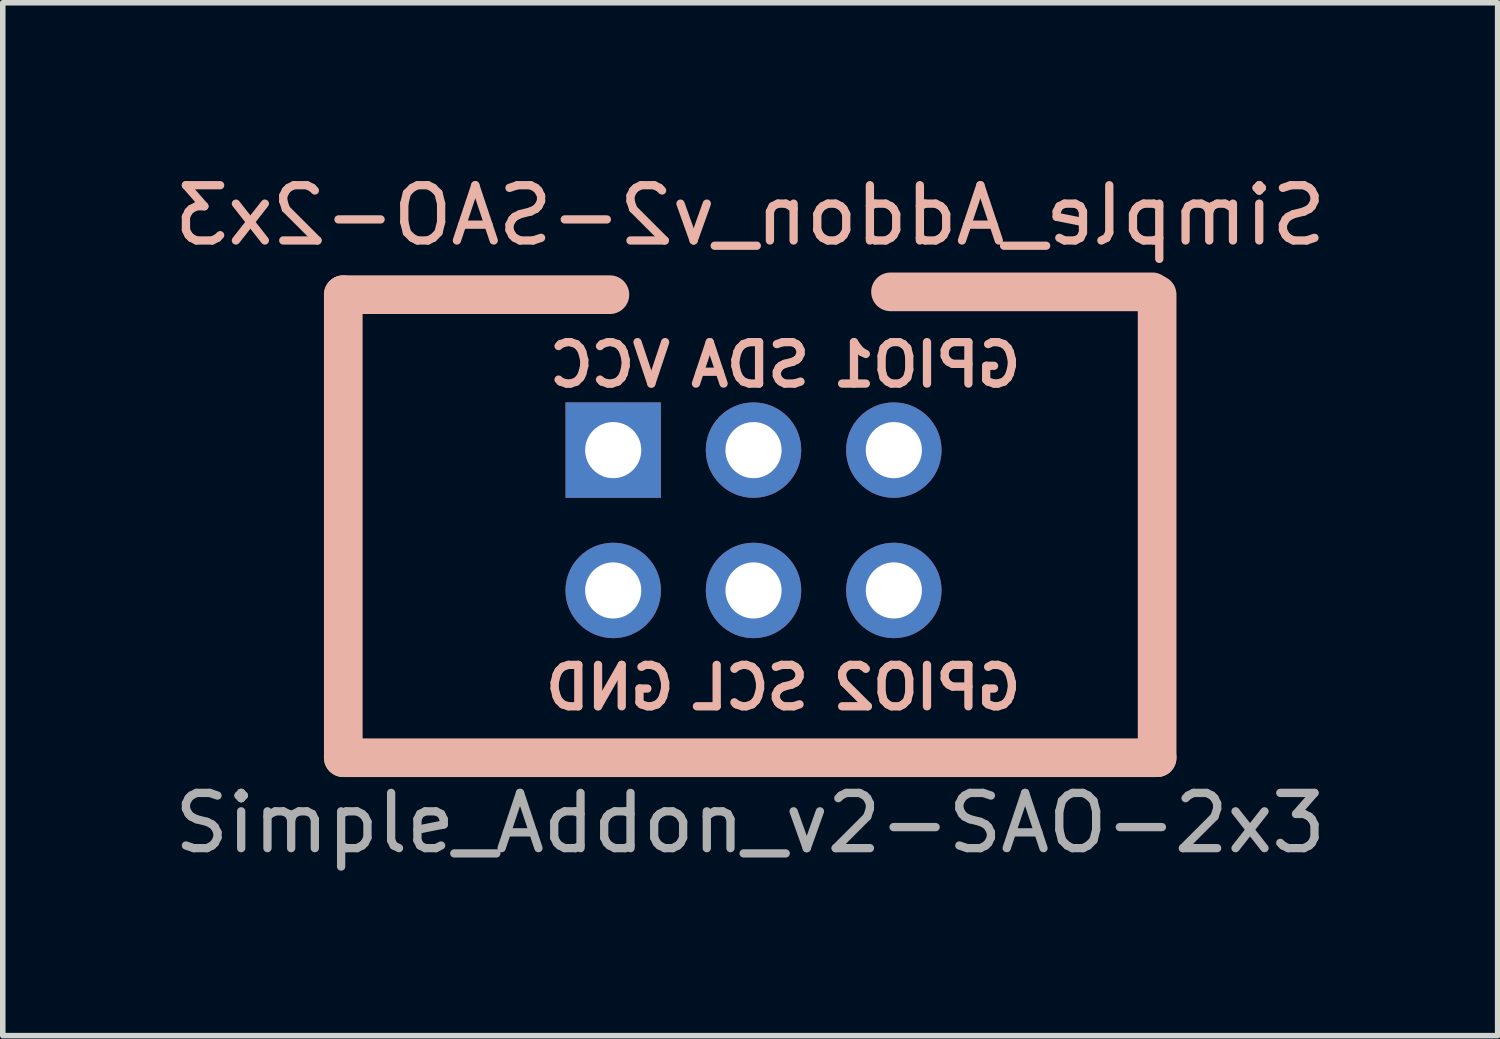
<source format=kicad_pcb>
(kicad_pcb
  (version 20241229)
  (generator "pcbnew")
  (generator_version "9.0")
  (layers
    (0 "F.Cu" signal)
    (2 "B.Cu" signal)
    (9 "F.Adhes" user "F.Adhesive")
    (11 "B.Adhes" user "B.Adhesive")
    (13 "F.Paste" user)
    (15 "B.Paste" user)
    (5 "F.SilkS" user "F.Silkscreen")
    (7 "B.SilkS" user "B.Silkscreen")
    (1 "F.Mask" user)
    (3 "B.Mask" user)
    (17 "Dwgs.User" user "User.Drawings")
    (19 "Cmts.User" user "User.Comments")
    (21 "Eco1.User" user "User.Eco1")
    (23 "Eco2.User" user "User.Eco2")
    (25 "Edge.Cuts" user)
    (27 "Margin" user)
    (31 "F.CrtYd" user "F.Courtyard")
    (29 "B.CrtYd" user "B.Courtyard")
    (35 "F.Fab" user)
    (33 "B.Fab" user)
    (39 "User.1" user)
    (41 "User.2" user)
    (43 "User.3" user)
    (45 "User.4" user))
  (footprint "Simple_Addon_v2-SAO-2x3"
    (layer "F.Cu")
    (at 10.53 6.348)
    (property "Reference" "Simple_Addon_v2-SAO-2x3" (at 0 -5.5 0) (layer "B.SilkS") (effects (font (size 1 1) (thickness 0.15)) (justify mirror)))
    (attr through_hole)
    (fp_line (start -7.366 -4.064) (end -7.366 4.318) (stroke (width 0.7) (type solid)) (layer "B.SilkS"))
    (fp_line (start -7.366 4.318) (end 7.366 4.318) (stroke (width 0.7) (type solid)) (layer "B.SilkS"))
    (fp_line (start -2.54 -4.064) (end -7.366 -4.064) (stroke (width 0.7) (type solid)) (layer "B.SilkS"))
    (fp_line (start 7.28 -4.115) (end 2.54 -4.115) (stroke (width 0.7) (type solid)) (layer "B.SilkS"))
    (fp_line (start 7.366 4.318) (end 7.366 -4.064) (stroke (width 0.7) (type solid)) (layer "B.SilkS"))
    (fp_text user "SDA" (at 0 -2.794 0) (unlocked yes) (layer "B.SilkS") (effects (font (size 0.75 0.75) (thickness 0.15)) (justify mirror)))
    (fp_text user "SCL" (at 0 3.048 0) (layer "B.SilkS") (effects (font (size 0.75 0.75) (thickness 0.15)) (justify mirror)))
    (fp_text user "GPIO1" (at 3.2 -2.794 0) (unlocked yes) (layer "B.SilkS") (effects (font (size 0.75 0.75) (thickness 0.15)) (justify mirror)))
    (fp_text user "VCC" (at -2.54 -2.794 0) (unlocked yes) (layer "B.SilkS") (effects (font (size 0.75 0.75) (thickness 0.15)) (justify mirror)))
    (fp_text user "GND" (at -2.54 3.048 0) (unlocked yes) (layer "B.SilkS") (effects (font (size 0.75 0.75) (thickness 0.15)) (justify mirror)))
    (fp_text user "GPIO2" (at 3.2 3.048 0) (layer "B.SilkS") (effects (font (size 0.75 0.75) (thickness 0.15)) (justify mirror)))
    (fp_text user "${REFERENCE}" (at 0 5.5 0) (layer "F.Fab") (effects (font (size 1 1) (thickness 0.15))))
    (pad "1" thru_hole rect (at -2.48 -1.25 270) (size 1.727 1.727) (drill 1.016) (layers "*.Cu" "*.Mask"))
    (pad "2" thru_hole circle (at -2.48 1.29 270) (size 1.727 1.727) (drill 1.016) (layers "*.Cu" "*.Mask"))
    (pad "3" thru_hole oval (at 0.06 -1.25 270) (size 1.727 1.727) (drill 1.016) (layers "*.Cu" "*.Mask"))
    (pad "4" thru_hole oval (at 0.06 1.29 270) (size 1.727 1.727) (drill 1.016) (layers "*.Cu" "*.Mask"))
    (pad "5" thru_hole circle (at 2.6 -1.25 270) (size 1.727 1.727) (drill 1.016) (layers "*.Cu" "*.Mask"))
    (pad "6" thru_hole circle (at 2.6 1.29 270) (size 1.727 1.727) (drill 1.016) (layers "*.Cu" "*.Mask")))
  (gr_rect
    (start -3 -3)
    (end 24.06 15.697)
    (stroke (width 0.1) (type default))
    (fill no)
    (layer "Edge.Cuts")))
</source>
